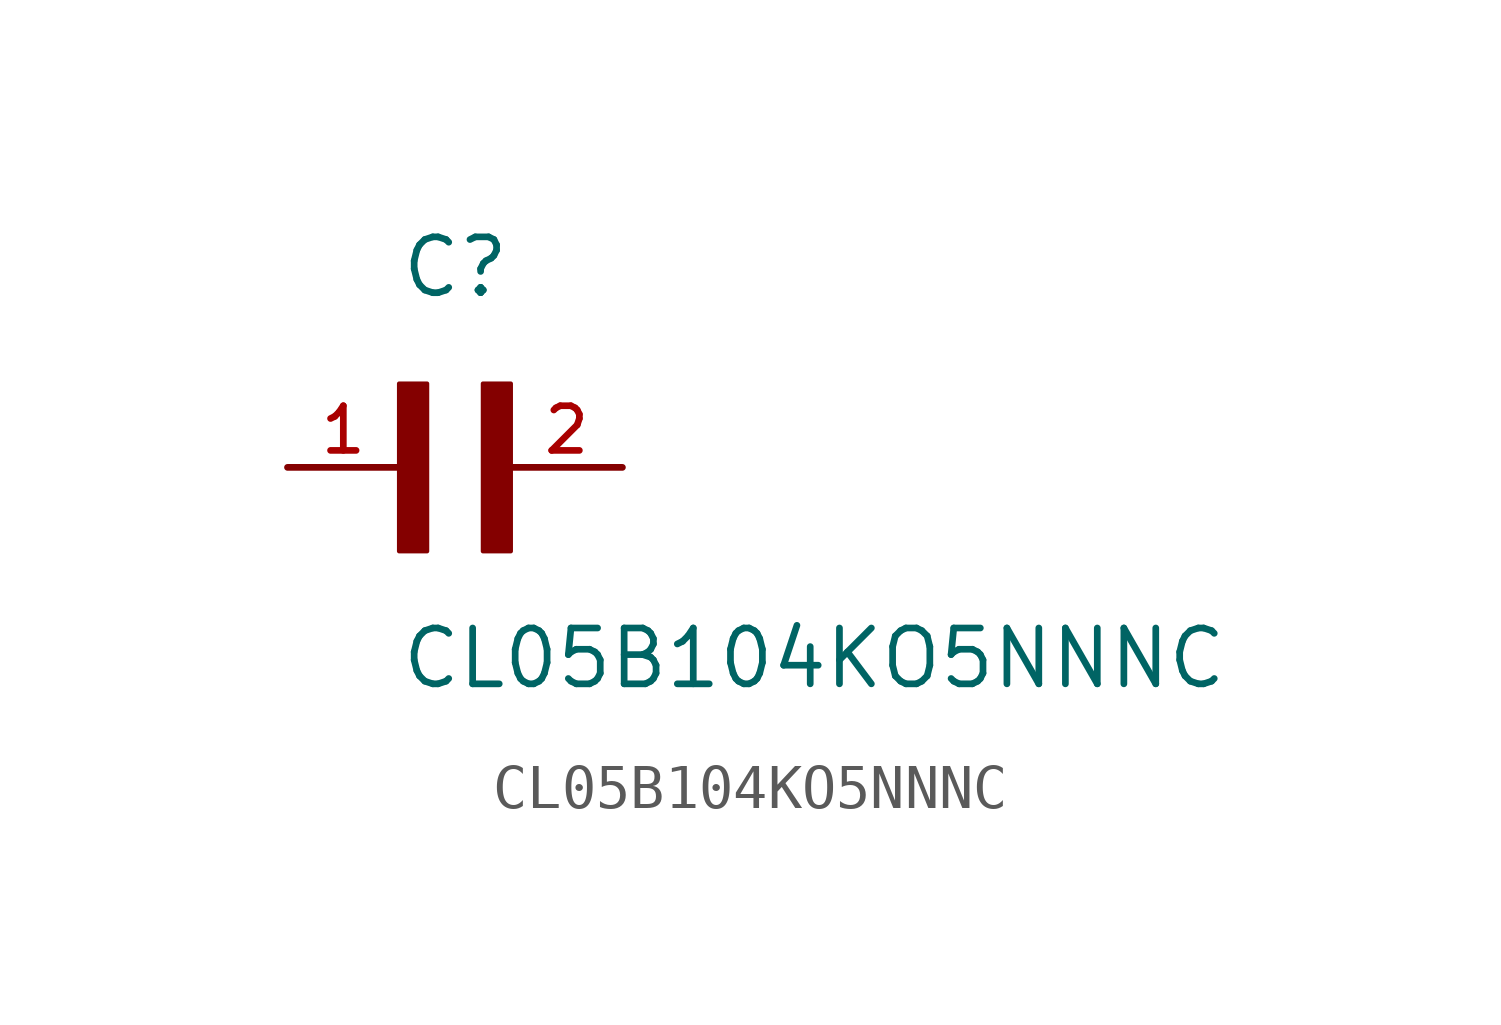
<source format=kicad_sym>
(kicad_symbol_lib
  (version 20211014)
  (generator kicad_symbol_editor)
  (symbol "CL05B104KO5NNNC"
    (pin_names
      (offset 1.016))
    (property "Reference" "C"
      (at 0.0 3.811 0)
      (effects (font (size 1.27 1.27)) (justify bottom left)))
    (property "Value" "CL05B104KO5NNNC"
      (at 0.0 -5.088 0)
      (effects (font (size 1.27 1.27)) (justify bottom left)))
    (symbol "CL05B104KO5NNNC_0_0"
      (rectangle (start 0.0 -1.907) (end 0.635 1.905) (stroke (width 0.1)) (fill (type outline)))
      (rectangle (start 1.907 -1.907) (end 2.54 1.905) (stroke (width 0.1)) (fill (type outline)))
      (pin passive line (at -2.54 0.0 0) (length 2.54) (name "~" (effects (font (size 1.016 1.016)))) (number "1" (effects (font (size 1.016 1.016)))))
      (pin passive line (at 5.08 0.0 180.0) (length 2.54) (name "~" (effects (font (size 1.016 1.016)))) (number "2" (effects (font (size 1.016 1.016))))))))
</source>
